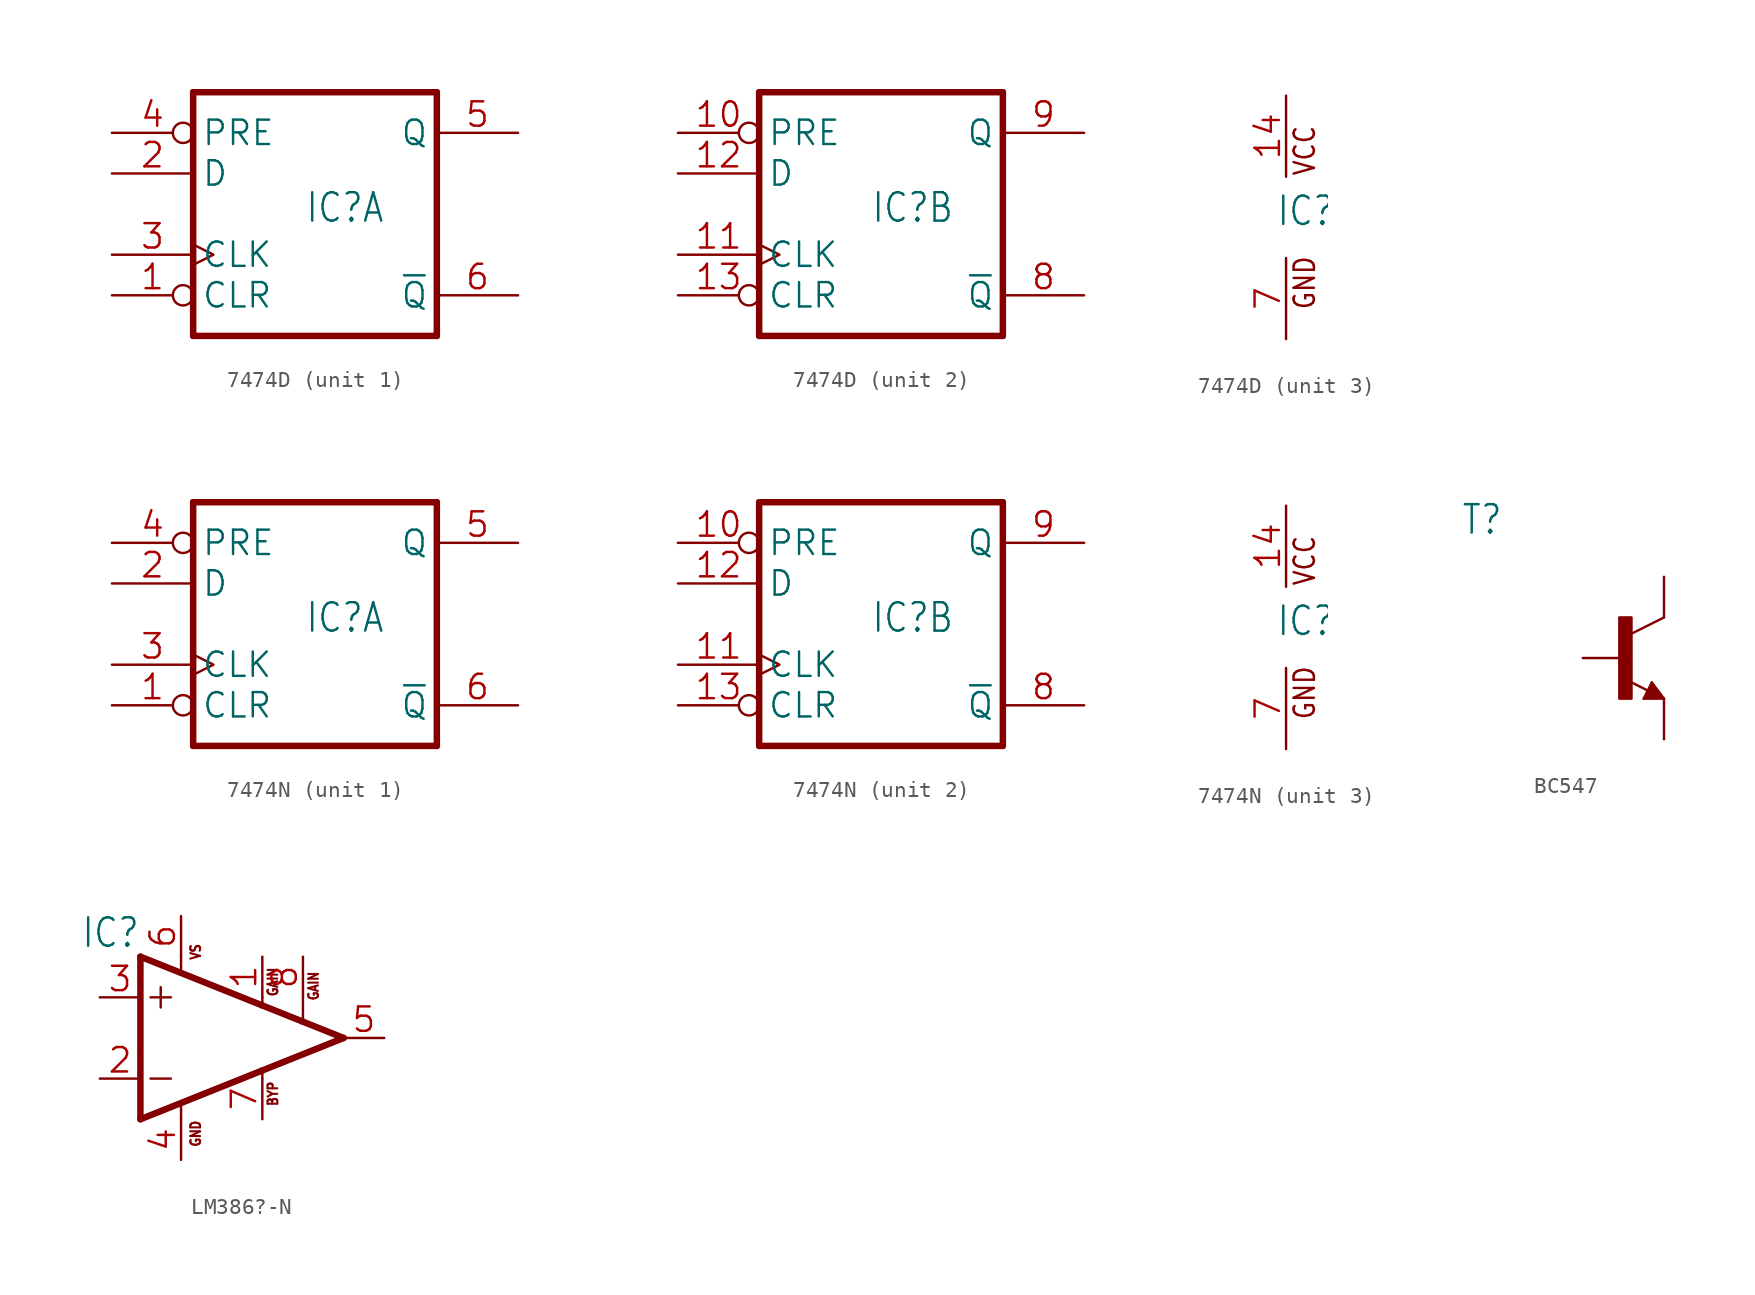
<source format=kicad_sym>
(kicad_symbol_lib
  (version 20241209)
  (generator "kicad_symbol_editor")
  (generator_version "9.0")
  (symbol "7474D"
    (property "Reference" "IC"
      (at -0.635 -0.635 0)
      (effects (font (size 1.778 1.511)) (justify left bottom)))
    (property "ki_locked" ""
      (at 0 0 0)
      (effects (font (size 1.27 1.27))))
    (symbol "7474D_1_0"
      (polyline (pts (xy -7.62 7.62) (xy -7.62 -7.62)) (stroke (width 0.406) (type solid)) (fill (type none)))
      (polyline (pts (xy -7.62 -7.62) (xy 7.62 -7.62)) (stroke (width 0.406) (type solid)) (fill (type none)))
      (polyline (pts (xy 7.62 7.62) (xy -7.62 7.62)) (stroke (width 0.406) (type solid)) (fill (type none)))
      (polyline (pts (xy 7.62 -7.62) (xy 7.62 7.62)) (stroke (width 0.406) (type solid)) (fill (type none)))
      (pin input inverted (at -12.7 5.08 0) (length 5.08) (name "PRE" (effects (font (size 1.524 1.524)))) (number "4" (effects (font (size 1.524 1.524)))))
      (pin input line (at -12.7 2.54 0) (length 5.08) (name "D" (effects (font (size 1.524 1.524)))) (number "2" (effects (font (size 1.524 1.524)))))
      (pin input clock (at -12.7 -2.54 0) (length 5.08) (name "CLK" (effects (font (size 1.524 1.524)))) (number "3" (effects (font (size 1.524 1.524)))))
      (pin input inverted (at -12.7 -5.08 0) (length 5.08) (name "CLR" (effects (font (size 1.524 1.524)))) (number "1" (effects (font (size 1.524 1.524)))))
      (pin output line (at 12.7 5.08 180) (length 5.08) (name "Q" (effects (font (size 1.524 1.524)))) (number "5" (effects (font (size 1.524 1.524)))))
      (pin output line (at 12.7 -5.08 180) (length 5.08) (name "~{Q}" (effects (font (size 1.524 1.524)))) (number "6" (effects (font (size 1.524 1.524))))))
    (symbol "7474D_2_0"
      (polyline (pts (xy -7.62 7.62) (xy -7.62 -7.62)) (stroke (width 0.406) (type solid)) (fill (type none)))
      (polyline (pts (xy -7.62 -7.62) (xy 7.62 -7.62)) (stroke (width 0.406) (type solid)) (fill (type none)))
      (polyline (pts (xy 7.62 7.62) (xy -7.62 7.62)) (stroke (width 0.406) (type solid)) (fill (type none)))
      (polyline (pts (xy 7.62 -7.62) (xy 7.62 7.62)) (stroke (width 0.406) (type solid)) (fill (type none)))
      (pin input inverted (at -12.7 5.08 0) (length 5.08) (name "PRE" (effects (font (size 1.524 1.524)))) (number "10" (effects (font (size 1.524 1.524)))))
      (pin input line (at -12.7 2.54 0) (length 5.08) (name "D" (effects (font (size 1.524 1.524)))) (number "12" (effects (font (size 1.524 1.524)))))
      (pin input clock (at -12.7 -2.54 0) (length 5.08) (name "CLK" (effects (font (size 1.524 1.524)))) (number "11" (effects (font (size 1.524 1.524)))))
      (pin input inverted (at -12.7 -5.08 0) (length 5.08) (name "CLR" (effects (font (size 1.524 1.524)))) (number "13" (effects (font (size 1.524 1.524)))))
      (pin output line (at 12.7 5.08 180) (length 5.08) (name "Q" (effects (font (size 1.524 1.524)))) (number "9" (effects (font (size 1.524 1.524)))))
      (pin output line (at 12.7 -5.08 180) (length 5.08) (name "~{Q}" (effects (font (size 1.524 1.524)))) (number "8" (effects (font (size 1.524 1.524))))))
    (symbol "7474D_3_0"
      (text "VCC" (at 1.905 2.54 900) (effects (font (size 1.27 1.079)) (justify left bottom)))
      (text "GND" (at 1.905 -5.842 900) (effects (font (size 1.27 1.079)) (justify left bottom)))
      (pin power_in line (at 0 7.62 270) (length 5.08) (name "VCC" (effects (font (size 0 0)))) (number "14" (effects (font (size 1.524 1.524)))))
      (pin power_in line (at 0 -7.62 90) (length 5.08) (name "GND" (effects (font (size 0 0)))) (number "7" (effects (font (size 1.524 1.524)))))))
  (symbol "7474N"
    (property "Reference" "IC"
      (at -0.635 -0.635 0)
      (effects (font (size 1.778 1.511)) (justify left bottom)))
    (property "ki_locked" ""
      (at 0 0 0)
      (effects (font (size 1.27 1.27))))
    (symbol "7474N_1_0"
      (polyline (pts (xy -7.62 7.62) (xy -7.62 -7.62)) (stroke (width 0.406) (type solid)) (fill (type none)))
      (polyline (pts (xy -7.62 -7.62) (xy 7.62 -7.62)) (stroke (width 0.406) (type solid)) (fill (type none)))
      (polyline (pts (xy 7.62 7.62) (xy -7.62 7.62)) (stroke (width 0.406) (type solid)) (fill (type none)))
      (polyline (pts (xy 7.62 -7.62) (xy 7.62 7.62)) (stroke (width 0.406) (type solid)) (fill (type none)))
      (pin input inverted (at -12.7 5.08 0) (length 5.08) (name "PRE" (effects (font (size 1.524 1.524)))) (number "4" (effects (font (size 1.524 1.524)))))
      (pin input line (at -12.7 2.54 0) (length 5.08) (name "D" (effects (font (size 1.524 1.524)))) (number "2" (effects (font (size 1.524 1.524)))))
      (pin input clock (at -12.7 -2.54 0) (length 5.08) (name "CLK" (effects (font (size 1.524 1.524)))) (number "3" (effects (font (size 1.524 1.524)))))
      (pin input inverted (at -12.7 -5.08 0) (length 5.08) (name "CLR" (effects (font (size 1.524 1.524)))) (number "1" (effects (font (size 1.524 1.524)))))
      (pin output line (at 12.7 5.08 180) (length 5.08) (name "Q" (effects (font (size 1.524 1.524)))) (number "5" (effects (font (size 1.524 1.524)))))
      (pin output line (at 12.7 -5.08 180) (length 5.08) (name "~{Q}" (effects (font (size 1.524 1.524)))) (number "6" (effects (font (size 1.524 1.524))))))
    (symbol "7474N_2_0"
      (polyline (pts (xy -7.62 7.62) (xy -7.62 -7.62)) (stroke (width 0.406) (type solid)) (fill (type none)))
      (polyline (pts (xy -7.62 -7.62) (xy 7.62 -7.62)) (stroke (width 0.406) (type solid)) (fill (type none)))
      (polyline (pts (xy 7.62 7.62) (xy -7.62 7.62)) (stroke (width 0.406) (type solid)) (fill (type none)))
      (polyline (pts (xy 7.62 -7.62) (xy 7.62 7.62)) (stroke (width 0.406) (type solid)) (fill (type none)))
      (pin input inverted (at -12.7 5.08 0) (length 5.08) (name "PRE" (effects (font (size 1.524 1.524)))) (number "10" (effects (font (size 1.524 1.524)))))
      (pin input line (at -12.7 2.54 0) (length 5.08) (name "D" (effects (font (size 1.524 1.524)))) (number "12" (effects (font (size 1.524 1.524)))))
      (pin input clock (at -12.7 -2.54 0) (length 5.08) (name "CLK" (effects (font (size 1.524 1.524)))) (number "11" (effects (font (size 1.524 1.524)))))
      (pin input inverted (at -12.7 -5.08 0) (length 5.08) (name "CLR" (effects (font (size 1.524 1.524)))) (number "13" (effects (font (size 1.524 1.524)))))
      (pin output line (at 12.7 5.08 180) (length 5.08) (name "Q" (effects (font (size 1.524 1.524)))) (number "9" (effects (font (size 1.524 1.524)))))
      (pin output line (at 12.7 -5.08 180) (length 5.08) (name "~{Q}" (effects (font (size 1.524 1.524)))) (number "8" (effects (font (size 1.524 1.524))))))
    (symbol "7474N_3_0"
      (text "VCC" (at 1.905 2.54 900) (effects (font (size 1.27 1.079)) (justify left bottom)))
      (text "GND" (at 1.905 -5.842 900) (effects (font (size 1.27 1.079)) (justify left bottom)))
      (pin power_in line (at 0 7.62 270) (length 5.08) (name "VCC" (effects (font (size 0 0)))) (number "14" (effects (font (size 1.524 1.524)))))
      (pin power_in line (at 0 -7.62 90) (length 5.08) (name "GND" (effects (font (size 0 0)))) (number "7" (effects (font (size 1.524 1.524)))))))
  (symbol "BC547"
    (property "Reference" "T"
      (at -10.16 7.62 0)
      (effects (font (size 1.778 1.511)) (justify left bottom)))
    (property "Value" ""
      (at -10.16 5.08 0)
      (effects (font (size 1.778 1.511)) (justify left bottom)))
    (property "ki_locked" ""
      (at 0 0 0)
      (effects (font (size 1.27 1.27))))
    (symbol "BC547_1_0"
      (rectangle (start -0.254 -2.54) (end 0.508 2.54) (stroke (width 0) (type default)) (fill (type outline)))
      (polyline (pts (xy 1.27 -2.54) (xy 1.778 -1.524)) (stroke (width 0.152) (type solid)) (fill (type none)))
      (polyline (pts (xy 1.524 -2.286) (xy 1.905 -2.286)) (stroke (width 0.254) (type solid)) (fill (type none)))
      (polyline (pts (xy 1.524 -2.413) (xy 2.286 -2.413)) (stroke (width 0.254) (type solid)) (fill (type none)))
      (polyline (pts (xy 1.54 -2.04) (xy 0.308 -1.424)) (stroke (width 0.152) (type solid)) (fill (type none)))
      (polyline (pts (xy 1.778 -1.524) (xy 2.54 -2.54)) (stroke (width 0.152) (type solid)) (fill (type none)))
      (polyline (pts (xy 1.778 -1.778) (xy 1.524 -2.286)) (stroke (width 0.254) (type solid)) (fill (type none)))
      (polyline (pts (xy 1.905 -2.286) (xy 1.778 -2.032)) (stroke (width 0.254) (type solid)) (fill (type none)))
      (polyline (pts (xy 2.286 -2.413) (xy 1.778 -1.778)) (stroke (width 0.254) (type solid)) (fill (type none)))
      (polyline (pts (xy 2.54 2.54) (xy 0.508 1.524)) (stroke (width 0.152) (type solid)) (fill (type none)))
      (polyline (pts (xy 2.54 -2.54) (xy 1.27 -2.54)) (stroke (width 0.152) (type solid)) (fill (type none)))
      (pin passive line (at -2.54 0 0) (length 2.54) (name "B" (effects (font (size 0 0)))) (number "2" (effects (font (size 0 0)))))
      (pin passive line (at 2.54 5.08 270) (length 2.54) (name "C" (effects (font (size 0 0)))) (number "3" (effects (font (size 0 0)))))
      (pin passive line (at 2.54 -5.08 90) (length 2.54) (name "E" (effects (font (size 0 0)))) (number "1" (effects (font (size 0 0)))))))
  (symbol "LM386?-N"
    (property "Reference" "IC"
      (at -5.08 7.62 0)
      (effects (font (size 1.778 1.511)) (justify right top)))
    (property "Value" ""
      (at 5.08 -3.81 0)
      (effects (font (size 1.778 1.511)) (justify left bottom)))
    (property "ki_locked" ""
      (at 0 0 0)
      (effects (font (size 1.27 1.27))))
    (symbol "LM386?-N_1_0"
      (polyline (pts (xy -5.08 5.08) (xy -5.08 -5.08)) (stroke (width 0.406) (type solid)) (fill (type none)))
      (polyline (pts (xy -5.08 -5.08) (xy 2.54 -2.032)) (stroke (width 0.406) (type solid)) (fill (type none)))
      (polyline (pts (xy -4.445 2.54) (xy -3.175 2.54)) (stroke (width 0.152) (type solid)) (fill (type none)))
      (polyline (pts (xy -4.445 -2.54) (xy -3.175 -2.54)) (stroke (width 0.152) (type solid)) (fill (type none)))
      (polyline (pts (xy -3.81 3.175) (xy -3.81 1.905)) (stroke (width 0.152) (type solid)) (fill (type none)))
      (polyline (pts (xy -2.54 5.08) (xy -2.54 4.14)) (stroke (width 0.152) (type solid)) (fill (type none)))
      (polyline (pts (xy -2.54 -4.14) (xy -2.54 -5.08)) (stroke (width 0.152) (type solid)) (fill (type none)))
      (polyline (pts (xy 2.54 2.54) (xy 2.54 2.032)) (stroke (width 0.152) (type solid)) (fill (type none)))
      (polyline (pts (xy 2.54 2.032) (xy -5.08 5.08)) (stroke (width 0.406) (type solid)) (fill (type none)))
      (polyline (pts (xy 2.54 -2.032) (xy 7.62 0)) (stroke (width 0.406) (type solid)) (fill (type none)))
      (polyline (pts (xy 2.54 -2.54) (xy 2.54 -2.032)) (stroke (width 0.152) (type solid)) (fill (type none)))
      (polyline (pts (xy 5.08 2.54) (xy 5.08 1.016)) (stroke (width 0.152) (type solid)) (fill (type none)))
      (polyline (pts (xy 5.08 1.016) (xy 2.54 2.032)) (stroke (width 0.406) (type solid)) (fill (type none)))
      (polyline (pts (xy 7.62 0) (xy 5.08 1.016)) (stroke (width 0.406) (type solid)) (fill (type none)))
      (text "VS" (at -1.27 4.826 900) (effects (font (size 0.61 0.518)) (justify left bottom)))
      (text "GND" (at -1.27 -6.858 900) (effects (font (size 0.61 0.518)) (justify left bottom)))
      (text "GAIN" (at 3.556 2.54 900) (effects (font (size 0.61 0.518)) (justify left bottom)))
      (text "BYP" (at 3.556 -4.318 900) (effects (font (size 0.61 0.518)) (justify left bottom)))
      (text "GAIN" (at 6.096 2.286 900) (effects (font (size 0.61 0.518)) (justify left bottom)))
      (pin input line (at -7.62 2.54 0) (length 2.54) (name "+IN" (effects (font (size 0 0)))) (number "3" (effects (font (size 1.524 1.524)))))
      (pin input line (at -7.62 -2.54 0) (length 2.54) (name "-IN" (effects (font (size 0 0)))) (number "2" (effects (font (size 1.524 1.524)))))
      (pin power_in line (at -2.54 7.62 270) (length 2.54) (name "VS" (effects (font (size 0 0)))) (number "6" (effects (font (size 1.524 1.524)))))
      (pin power_in line (at -2.54 -7.62 90) (length 2.54) (name "GND" (effects (font (size 0 0)))) (number "4" (effects (font (size 1.524 1.524)))))
      (pin passive line (at 2.54 5.08 270) (length 2.54) (name "GAIN@1" (effects (font (size 0 0)))) (number "1" (effects (font (size 1.524 1.524)))))
      (pin passive line (at 2.54 -5.08 90) (length 2.54) (name "BYPASS" (effects (font (size 0 0)))) (number "7" (effects (font (size 1.524 1.524)))))
      (pin passive line (at 5.08 5.08 270) (length 2.54) (name "GAIN@2" (effects (font (size 0 0)))) (number "8" (effects (font (size 1.524 1.524)))))
      (pin output line (at 10.16 0 180) (length 2.54) (name "OUT" (effects (font (size 0 0)))) (number "5" (effects (font (size 1.524 1.524))))))))
</source>
